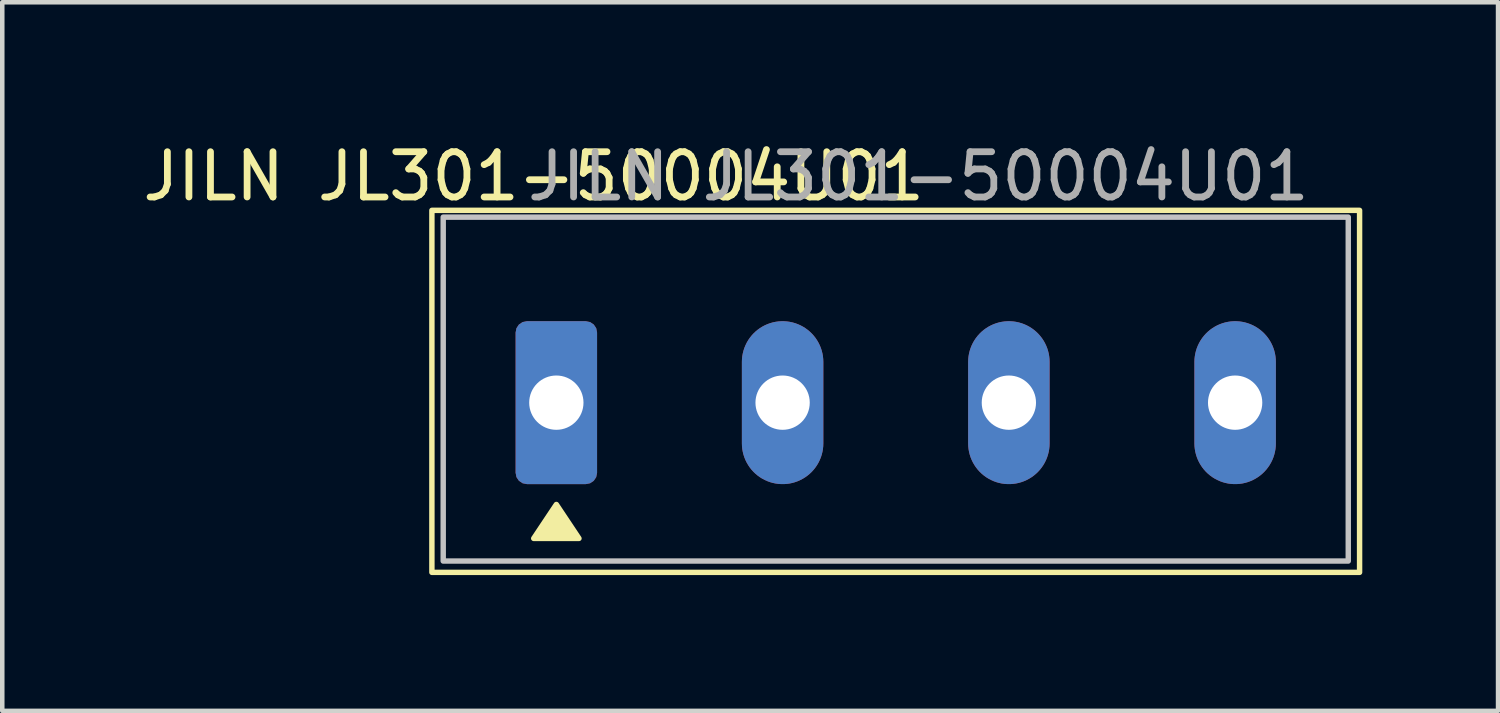
<source format=kicad_pcb>
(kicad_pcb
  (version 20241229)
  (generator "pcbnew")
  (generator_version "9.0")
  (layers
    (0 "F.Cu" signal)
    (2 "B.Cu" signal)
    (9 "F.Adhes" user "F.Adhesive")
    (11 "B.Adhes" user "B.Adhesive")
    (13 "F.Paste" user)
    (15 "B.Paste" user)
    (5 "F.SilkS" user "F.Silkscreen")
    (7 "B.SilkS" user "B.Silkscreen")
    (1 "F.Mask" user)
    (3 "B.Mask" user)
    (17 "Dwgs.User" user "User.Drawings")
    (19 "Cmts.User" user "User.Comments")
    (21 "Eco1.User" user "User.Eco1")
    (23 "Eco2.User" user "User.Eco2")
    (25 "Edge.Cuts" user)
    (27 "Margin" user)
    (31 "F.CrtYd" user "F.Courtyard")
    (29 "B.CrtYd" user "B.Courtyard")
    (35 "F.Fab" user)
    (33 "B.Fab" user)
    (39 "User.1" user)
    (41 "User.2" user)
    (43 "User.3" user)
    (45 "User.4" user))
  (footprint "JILN JL301-50004U01"
    (layer "F.Cu")
    (at 9.244 5.848)
    (property "Reference" "JILN JL301-50004U01" (at -0.5 -5 0) (unlocked yes) (layer "F.SilkS") (effects (font (size 1 1) (thickness 0.15))))
    (attr through_hole)
    (fp_rect (start -2.75 3.75) (end 17.75 -4.25) (stroke (width 0.12) (type solid)) (fill no) (layer "F.SilkS"))
    (fp_poly (pts (xy 0.5 3) (xy -0.5 3) (xy 0 2.25)) (stroke (width 0.12) (type solid)) (fill yes) (layer "F.SilkS"))
    (fp_rect (start -2.5 -4.1) (end 17.5 3.5) (stroke (width 0.12) (type solid)) (fill no) (layer "Dwgs.User"))
    (fp_text user "${REFERENCE}" (at 8 -5 0) (unlocked yes) (layer "F.Fab") (effects (font (size 1 1) (thickness 0.15))))
    (pad "1" thru_hole roundrect (at 0 0) (size 1.8 3.6) (drill 1.2) (layers "*.Cu" "*.Mask") (roundrect_rratio 0.139))
    (pad "2" thru_hole oval (at 5 0) (size 1.8 3.6) (drill 1.2) (layers "*.Cu" "*.Mask"))
    (pad "3" thru_hole oval (at 10 0) (size 1.8 3.6) (drill 1.2) (layers "*.Cu" "*.Mask"))
    (pad "4" thru_hole oval (at 15 0) (size 1.8 3.6) (drill 1.2) (layers "*.Cu" "*.Mask")))
  (gr_rect
    (start -3 -3)
    (end 30.054 12.658)
    (stroke (width 0.1) (type default))
    (fill no)
    (layer "Edge.Cuts")))
</source>
